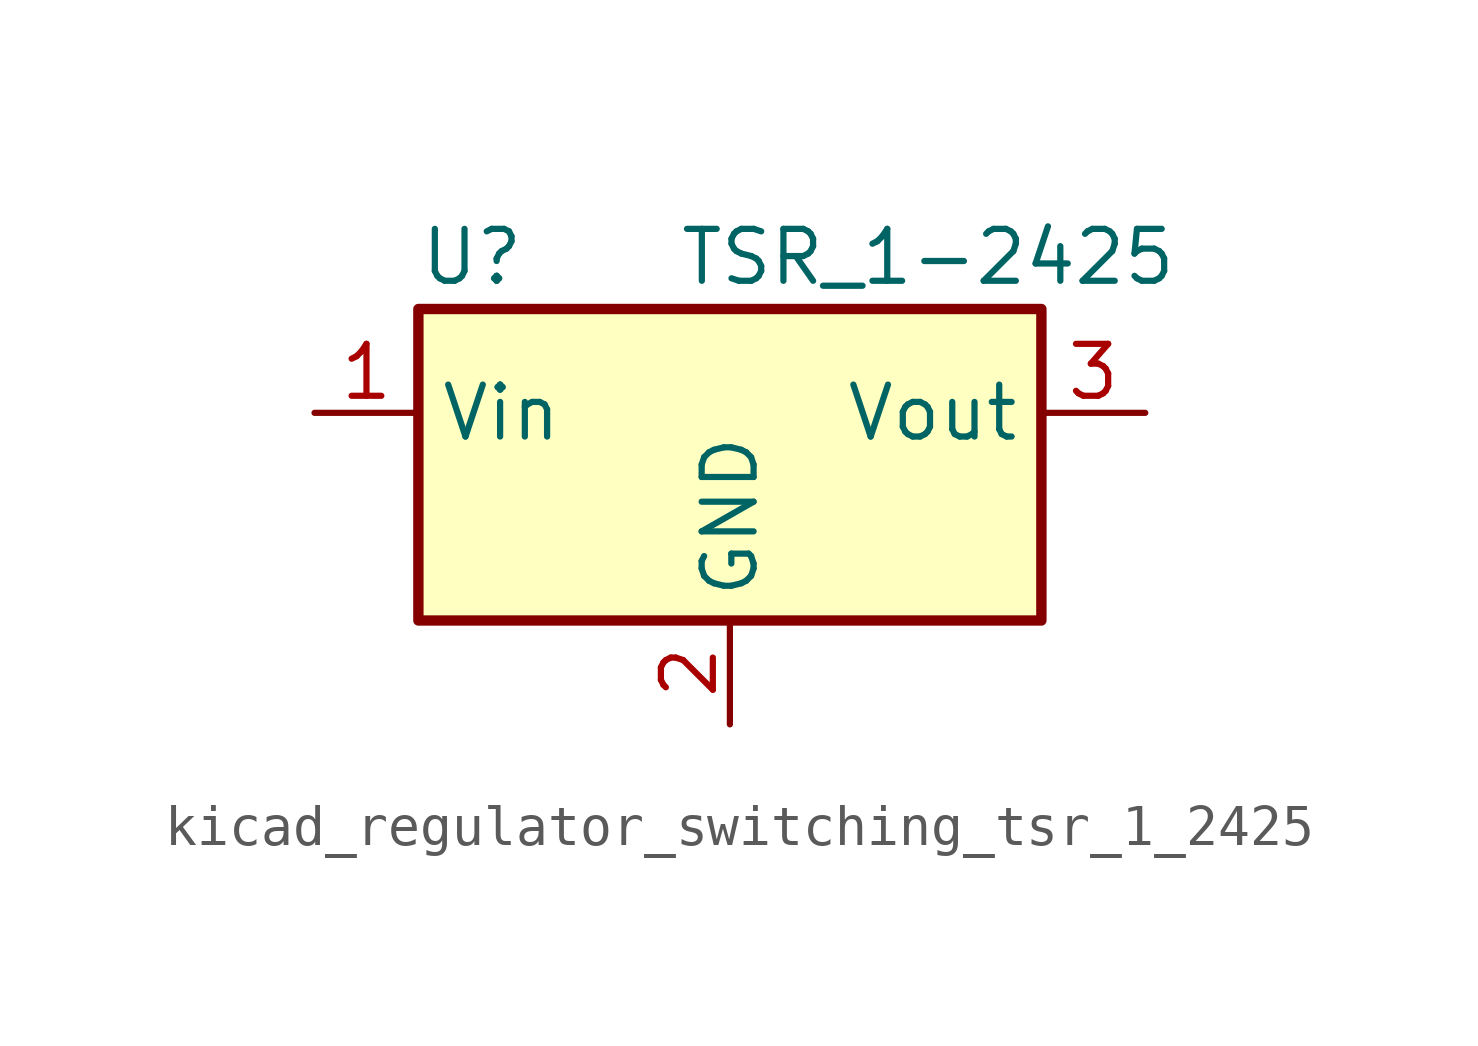
<source format=kicad_sym>
(kicad_symbol_lib
  (version 20220914)
  (generator kicad_symbol_editor)
  (symbol "kicad_regulator_switching_tsr_1_2425"
    (property "Reference" "U"
      (at -7.62 6.35 0)
      (effects (font (size 1.27 1.27)) (justify left)))
    (property "Value" "TSR_1-2425"
      (at -1.27 6.35 0)
      (effects (font (size 1.27 1.27)) (justify left)))
    (symbol "kicad_regulator_switching_tsr_1_2425_0_1"
      (rectangle (start -7.62 5.08) (end 7.62 -2.54) (stroke (width 0.254) (type default)) (fill (type background))))
    (symbol "kicad_regulator_switching_tsr_1_2425_1_1"
      (pin power_in line (at -10.16 2.54 0) (length 2.54) (name "Vin" (effects (font (size 1.27 1.27)))) (number "1" (effects (font (size 1.27 1.27)))))
      (pin power_in line (at 0 -5.08 90) (length 2.54) (name "GND" (effects (font (size 1.27 1.27)))) (number "2" (effects (font (size 1.27 1.27)))))
      (pin power_out line (at 10.16 2.54 180) (length 2.54) (name "Vout" (effects (font (size 1.27 1.27)))) (number "3" (effects (font (size 1.27 1.27))))))))
</source>
